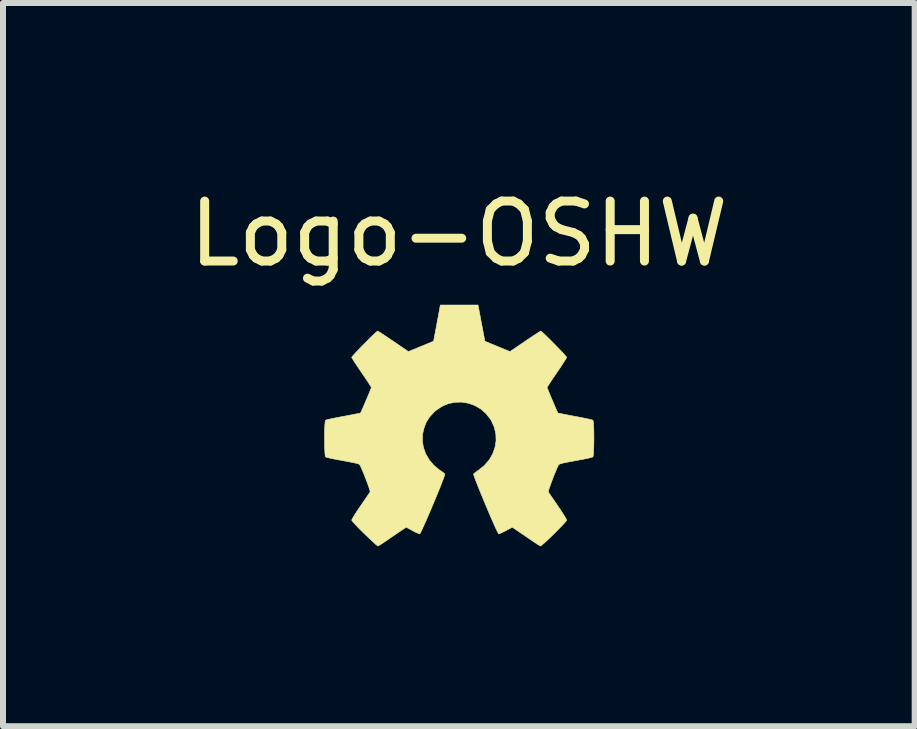
<source format=kicad_pcb>
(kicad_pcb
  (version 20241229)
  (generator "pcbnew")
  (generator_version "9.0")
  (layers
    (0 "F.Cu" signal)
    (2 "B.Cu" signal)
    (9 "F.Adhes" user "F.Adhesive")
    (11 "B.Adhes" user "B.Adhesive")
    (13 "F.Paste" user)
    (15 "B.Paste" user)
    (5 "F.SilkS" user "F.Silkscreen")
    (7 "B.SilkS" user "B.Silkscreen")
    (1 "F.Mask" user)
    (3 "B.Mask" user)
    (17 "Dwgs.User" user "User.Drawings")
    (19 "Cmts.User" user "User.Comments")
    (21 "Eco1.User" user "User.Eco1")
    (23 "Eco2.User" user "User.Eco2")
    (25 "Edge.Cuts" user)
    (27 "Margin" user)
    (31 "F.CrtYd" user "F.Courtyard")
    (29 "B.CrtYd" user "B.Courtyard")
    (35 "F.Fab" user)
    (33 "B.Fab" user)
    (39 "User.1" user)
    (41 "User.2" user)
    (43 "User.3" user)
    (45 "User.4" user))
  (footprint "Logo-OSHW"
    (layer "F.Cu")
    (at 4.601 5.048)
    (property "Reference" "Logo-OSHW" (at 0 -4.2 0) (layer "F.SilkS") (effects (font (size 1 1) (thickness 0.15))))
    (attr exclude_from_pos_files exclude_from_bom)
    (fp_poly (pts (xy 0.377 -2.71) (xy 0.434 -2.408) (xy 0.853 -2.235) (xy 1.105 -2.407) (xy 1.175 -2.454) (xy 1.239 -2.497) (xy 1.293 -2.532) (xy 1.334 -2.559) (xy 1.36 -2.574) (xy 1.367 -2.578) (xy 1.379 -2.569) (xy 1.406 -2.545) (xy 1.444 -2.509) (xy 1.491 -2.464) (xy 1.542 -2.413) (xy 1.596 -2.358) (xy 1.649 -2.304) (xy 1.698 -2.253) (xy 1.741 -2.208) (xy 1.773 -2.172) (xy 1.793 -2.148) (xy 1.798 -2.14) (xy 1.791 -2.125) (xy 1.772 -2.093) (xy 1.742 -2.047) (xy 1.705 -1.989) (xy 1.66 -1.923) (xy 1.635 -1.886) (xy 1.588 -1.817) (xy 1.546 -1.755) (xy 1.512 -1.703) (xy 1.487 -1.664) (xy 1.473 -1.641) (xy 1.471 -1.636) (xy 1.476 -1.622) (xy 1.489 -1.59) (xy 1.508 -1.544) (xy 1.531 -1.488) (xy 1.557 -1.427) (xy 1.583 -1.366) (xy 1.607 -1.31) (xy 1.628 -1.262) (xy 1.643 -1.228) (xy 1.651 -1.211) (xy 1.652 -1.211) (xy 1.665 -1.208) (xy 1.699 -1.201) (xy 1.75 -1.191) (xy 1.816 -1.178) (xy 1.893 -1.163) (xy 1.937 -1.155) (xy 2.019 -1.14) (xy 2.093 -1.125) (xy 2.155 -1.112) (xy 2.202 -1.101) (xy 2.23 -1.093) (xy 2.235 -1.091) (xy 2.241 -1.074) (xy 2.245 -1.037) (xy 2.248 -0.983) (xy 2.251 -0.917) (xy 2.252 -0.844) (xy 2.252 -0.767) (xy 2.251 -0.691) (xy 2.249 -0.621) (xy 2.246 -0.56) (xy 2.243 -0.514) (xy 2.238 -0.486) (xy 2.235 -0.48) (xy 2.217 -0.473) (xy 2.179 -0.463) (xy 2.127 -0.451) (xy 2.065 -0.439) (xy 2.043 -0.435) (xy 1.938 -0.415) (xy 1.855 -0.4) (xy 1.792 -0.388) (xy 1.745 -0.378) (xy 1.711 -0.37) (xy 1.689 -0.363) (xy 1.676 -0.357) (xy 1.667 -0.351) (xy 1.666 -0.35) (xy 1.655 -0.331) (xy 1.638 -0.294) (xy 1.616 -0.244) (xy 1.592 -0.185) (xy 1.567 -0.121) (xy 1.543 -0.058) (xy 1.522 0.001) (xy 1.505 0.05) (xy 1.494 0.086) (xy 1.492 0.104) (xy 1.492 0.104) (xy 1.501 0.119) (xy 1.523 0.151) (xy 1.554 0.197) (xy 1.593 0.253) (xy 1.637 0.318) (xy 1.649 0.336) (xy 1.694 0.402) (xy 1.733 0.462) (xy 1.765 0.513) (xy 1.787 0.552) (xy 1.798 0.574) (xy 1.798 0.576) (xy 1.789 0.591) (xy 1.765 0.619) (xy 1.729 0.658) (xy 1.683 0.706) (xy 1.632 0.758) (xy 1.577 0.812) (xy 1.523 0.865) (xy 1.472 0.913) (xy 1.427 0.955) (xy 1.391 0.985) (xy 1.368 1.003) (xy 1.362 1.006) (xy 1.347 0.999) (xy 1.316 0.981) (xy 1.275 0.954) (xy 1.244 0.933) (xy 1.187 0.894) (xy 1.119 0.847) (xy 1.051 0.801) (xy 1.014 0.776) (xy 0.891 0.693) (xy 0.787 0.749) (xy 0.74 0.773) (xy 0.7 0.792) (xy 0.672 0.803) (xy 0.665 0.805) (xy 0.657 0.794) (xy 0.641 0.762) (xy 0.617 0.713) (xy 0.588 0.649) (xy 0.555 0.574) (xy 0.518 0.489) (xy 0.48 0.399) (xy 0.441 0.306) (xy 0.402 0.213) (xy 0.365 0.123) (xy 0.331 0.039) (xy 0.301 -0.037) (xy 0.276 -0.1) (xy 0.258 -0.15) (xy 0.248 -0.182) (xy 0.246 -0.193) (xy 0.259 -0.206) (xy 0.288 -0.229) (xy 0.325 -0.256) (xy 0.329 -0.258) (xy 0.426 -0.336) (xy 0.505 -0.427) (xy 0.564 -0.528) (xy 0.603 -0.637) (xy 0.621 -0.749) (xy 0.617 -0.863) (xy 0.591 -0.976) (xy 0.542 -1.084) (xy 0.527 -1.108) (xy 0.452 -1.203) (xy 0.364 -1.28) (xy 0.265 -1.337) (xy 0.158 -1.375) (xy 0.047 -1.393) (xy -0.066 -1.39) (xy -0.176 -1.367) (xy -0.282 -1.322) (xy -0.38 -1.256) (xy -0.41 -1.23) (xy -0.488 -1.145) (xy -0.544 -1.057) (xy -0.582 -0.958) (xy -0.604 -0.86) (xy -0.609 -0.749) (xy -0.591 -0.638) (xy -0.553 -0.531) (xy -0.494 -0.43) (xy -0.418 -0.34) (xy -0.327 -0.264) (xy -0.315 -0.256) (xy -0.277 -0.23) (xy -0.248 -0.207) (xy -0.234 -0.193) (xy -0.234 -0.193) (xy -0.237 -0.177) (xy -0.248 -0.141) (xy -0.268 -0.089) (xy -0.293 -0.023) (xy -0.324 0.055) (xy -0.359 0.14) (xy -0.397 0.231) (xy -0.436 0.325) (xy -0.475 0.417) (xy -0.513 0.506) (xy -0.549 0.589) (xy -0.582 0.662) (xy -0.61 0.724) (xy -0.632 0.77) (xy -0.647 0.797) (xy -0.653 0.805) (xy -0.671 0.799) (xy -0.706 0.784) (xy -0.75 0.762) (xy -0.774 0.749) (xy -0.878 0.693) (xy -1.002 0.776) (xy -1.065 0.819) (xy -1.134 0.866) (xy -1.199 0.911) (xy -1.231 0.933) (xy -1.277 0.963) (xy -1.315 0.988) (xy -1.342 1.003) (xy -1.351 1.006) (xy -1.363 0.997) (xy -1.391 0.974) (xy -1.431 0.937) (xy -1.482 0.891) (xy -1.539 0.836) (xy -1.575 0.801) (xy -1.639 0.739) (xy -1.694 0.683) (xy -1.738 0.636) (xy -1.769 0.601) (xy -1.784 0.579) (xy -1.786 0.575) (xy -1.779 0.558) (xy -1.76 0.524) (xy -1.73 0.476) (xy -1.693 0.419) (xy -1.649 0.354) (xy -1.637 0.336) (xy -1.592 0.27) (xy -1.551 0.211) (xy -1.518 0.162) (xy -1.493 0.126) (xy -1.481 0.107) (xy -1.479 0.104) (xy -1.481 0.089) (xy -1.491 0.055) (xy -1.507 0.006) (xy -1.528 -0.052) (xy -1.552 -0.115) (xy -1.577 -0.178) (xy -1.601 -0.238) (xy -1.623 -0.29) (xy -1.641 -0.328) (xy -1.653 -0.349) (xy -1.654 -0.35) (xy -1.661 -0.356) (xy -1.674 -0.362) (xy -1.694 -0.369) (xy -1.725 -0.376) (xy -1.769 -0.386) (xy -1.829 -0.397) (xy -1.908 -0.412) (xy -2.009 -0.431) (xy -2.03 -0.435) (xy -2.095 -0.447) (xy -2.151 -0.459) (xy -2.194 -0.47) (xy -2.219 -0.478) (xy -2.222 -0.48) (xy -2.228 -0.497) (xy -2.232 -0.534) (xy -2.235 -0.588) (xy -2.238 -0.654) (xy -2.239 -0.728) (xy -2.239 -0.804) (xy -2.239 -0.88) (xy -2.237 -0.95) (xy -2.234 -1.011) (xy -2.23 -1.057) (xy -2.225 -1.085) (xy -2.223 -1.091) (xy -2.206 -1.096) (xy -2.169 -1.106) (xy -2.114 -1.118) (xy -2.045 -1.132) (xy -1.967 -1.147) (xy -1.925 -1.155) (xy -1.844 -1.17) (xy -1.772 -1.184) (xy -1.712 -1.196) (xy -1.668 -1.204) (xy -1.643 -1.21) (xy -1.639 -1.211) (xy -1.633 -1.224) (xy -1.618 -1.256) (xy -1.598 -1.302) (xy -1.574 -1.358) (xy -1.548 -1.418) (xy -1.522 -1.479) (xy -1.498 -1.536) (xy -1.479 -1.584) (xy -1.465 -1.619) (xy -1.459 -1.636) (xy -1.459 -1.637) (xy -1.465 -1.65) (xy -1.485 -1.681) (xy -1.514 -1.727) (xy -1.552 -1.784) (xy -1.596 -1.849) (xy -1.622 -1.886) (xy -1.669 -1.955) (xy -1.71 -2.017) (xy -1.745 -2.07) (xy -1.77 -2.11) (xy -1.784 -2.135) (xy -1.786 -2.14) (xy -1.777 -2.153) (xy -1.754 -2.18) (xy -1.718 -2.219) (xy -1.673 -2.266) (xy -1.623 -2.318) (xy -1.569 -2.373) (xy -1.516 -2.426) (xy -1.465 -2.476) (xy -1.421 -2.519) (xy -1.385 -2.553) (xy -1.362 -2.573) (xy -1.354 -2.578) (xy -1.341 -2.571) (xy -1.311 -2.552) (xy -1.265 -2.522) (xy -1.208 -2.485) (xy -1.142 -2.44) (xy -1.092 -2.407) (xy -0.841 -2.235) (xy -0.631 -2.322) (xy -0.421 -2.408) (xy -0.364 -2.71) (xy -0.308 -3.012) (xy 0.32 -3.012) (xy 0.377 -2.71)) (stroke (width 0.01) (type solid)) (fill yes) (layer "F.SilkS")))
  (gr_rect
    (start -3 -3)
    (end 12.202 9.059)
    (stroke (width 0.1) (type default))
    (fill no)
    (layer "Edge.Cuts")))
</source>
